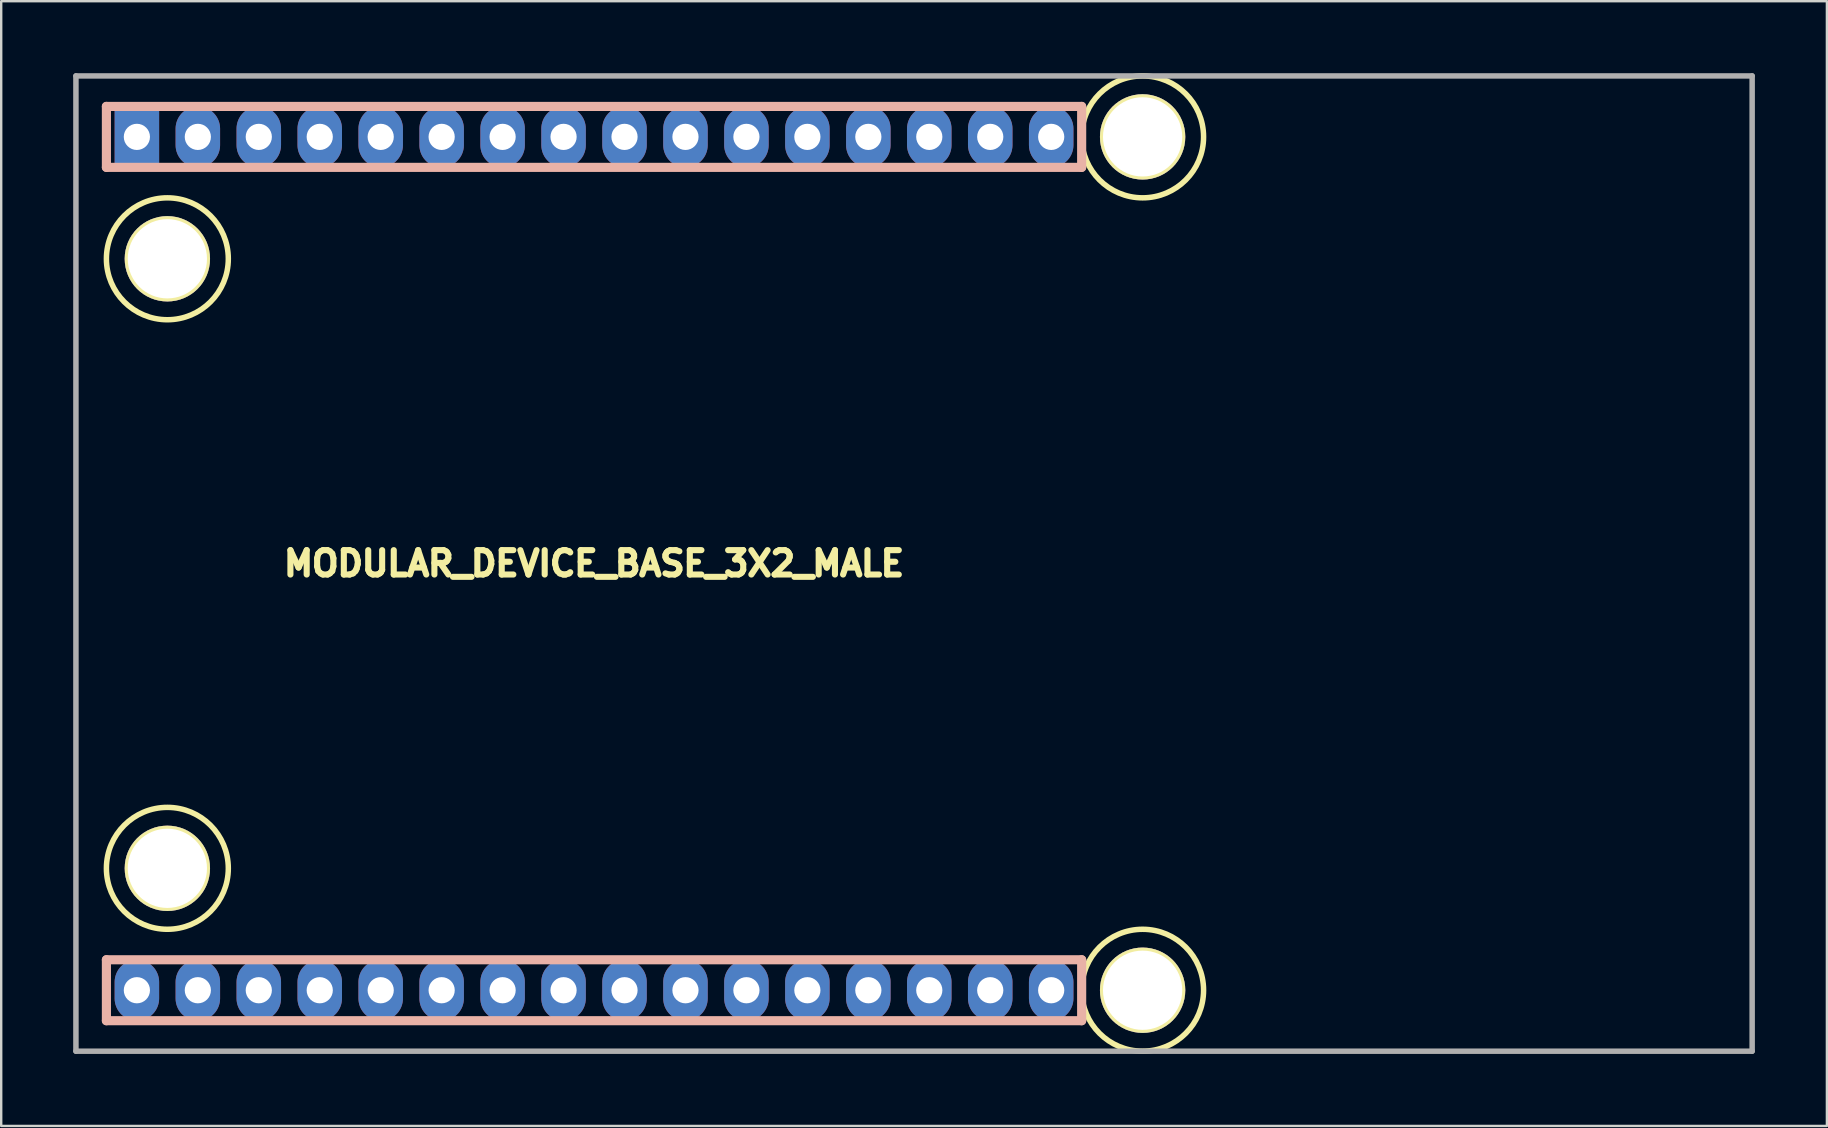
<source format=kicad_pcb>
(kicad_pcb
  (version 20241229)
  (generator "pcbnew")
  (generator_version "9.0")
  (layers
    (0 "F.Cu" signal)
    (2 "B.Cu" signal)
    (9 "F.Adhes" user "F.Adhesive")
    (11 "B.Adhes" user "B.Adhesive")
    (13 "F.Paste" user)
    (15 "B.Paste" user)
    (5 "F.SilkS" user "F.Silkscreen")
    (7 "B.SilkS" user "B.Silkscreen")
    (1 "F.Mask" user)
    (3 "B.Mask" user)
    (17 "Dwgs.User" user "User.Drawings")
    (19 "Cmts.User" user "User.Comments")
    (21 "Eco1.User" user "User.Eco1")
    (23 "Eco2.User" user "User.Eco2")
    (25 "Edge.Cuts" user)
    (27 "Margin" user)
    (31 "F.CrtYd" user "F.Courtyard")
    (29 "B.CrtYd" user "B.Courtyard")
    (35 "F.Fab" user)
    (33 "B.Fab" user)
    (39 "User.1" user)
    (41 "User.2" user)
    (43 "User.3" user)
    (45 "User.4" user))
  (footprint "MODULAR_DEVICE_BASE_3X2_MALE"
    (layer "F.Cu")
    (at 21.704 20.434)
    (property "Reference" "MODULAR_DEVICE_BASE_3X2_MALE" (at 0 0 0) (layer "F.SilkS") (effects (font (size 1.016 1.016) (thickness 0.254))))
    (attr through_hole)
    (fp_circle (center -17.78 -12.7) (end -15.24 -12.7) (stroke (width 0.229) (type solid)) (fill no) (layer "F.SilkS"))
    (fp_circle (center -17.78 12.7) (end -15.24 12.7) (stroke (width 0.229) (type solid)) (fill no) (layer "F.SilkS"))
    (fp_circle (center 22.86 -17.78) (end 25.4 -17.78) (stroke (width 0.229) (type solid)) (fill no) (layer "F.SilkS"))
    (fp_circle (center 22.86 17.78) (end 25.4 17.78) (stroke (width 0.229) (type solid)) (fill no) (layer "F.SilkS"))
    (fp_line (start -20.32 -19.05) (end -20.32 -16.51) (stroke (width 0.381) (type solid)) (layer "B.SilkS"))
    (fp_line (start -20.32 -16.51) (end 20.32 -16.51) (stroke (width 0.381) (type solid)) (layer "B.SilkS"))
    (fp_line (start -20.32 16.51) (end -20.32 19.05) (stroke (width 0.381) (type solid)) (layer "B.SilkS"))
    (fp_line (start -20.32 19.05) (end 20.32 19.05) (stroke (width 0.381) (type solid)) (layer "B.SilkS"))
    (fp_line (start 20.32 -19.05) (end -20.32 -19.05) (stroke (width 0.381) (type solid)) (layer "B.SilkS"))
    (fp_line (start 20.32 -16.51) (end 20.32 -19.05) (stroke (width 0.381) (type solid)) (layer "B.SilkS"))
    (fp_line (start 20.32 16.51) (end -20.32 16.51) (stroke (width 0.381) (type solid)) (layer "B.SilkS"))
    (fp_line (start 20.32 19.05) (end 20.32 16.51) (stroke (width 0.381) (type solid)) (layer "B.SilkS"))
    (fp_line (start -21.59 -20.32) (end -21.59 20.32) (stroke (width 0.229) (type solid)) (layer "F.Fab"))
    (fp_line (start -21.59 20.32) (end 48.26 20.32) (stroke (width 0.229) (type solid)) (layer "F.Fab"))
    (fp_line (start 48.26 -20.32) (end -21.59 -20.32) (stroke (width 0.229) (type solid)) (layer "F.Fab"))
    (fp_line (start 48.26 20.32) (end 48.26 -20.32) (stroke (width 0.229) (type solid)) (layer "F.Fab"))
    (pad "" thru_hole circle (at -17.78 -12.7) (size 3.556 3.556) (drill 3.302) (layers "*.Cu" "*.Mask" "F.SilkS"))
    (pad "" thru_hole circle (at -17.78 12.7) (size 3.556 3.556) (drill 3.302) (layers "*.Cu" "*.Mask" "F.SilkS"))
    (pad "" thru_hole circle (at 22.86 -17.78) (size 3.556 3.556) (drill 3.302) (layers "*.Cu" "*.Mask" "F.SilkS"))
    (pad "" thru_hole circle (at 22.86 17.78) (size 3.556 3.556) (drill 3.302) (layers "*.Cu" "*.Mask" "F.SilkS"))
    (pad "2" thru_hole oval (at -8.89 -17.78) (size 1.854 2.54) (drill 1.092) (layers "*.Cu" "*.Mask"))
    (pad "3" thru_hole oval (at -6.35 -17.78) (size 1.854 2.54) (drill 1.092) (layers "*.Cu" "*.Mask"))
    (pad "3V3" thru_hole oval (at -11.43 17.78) (size 1.854 2.54) (drill 1.092) (layers "*.Cu" "*.Mask"))
    (pad "4" thru_hole oval (at -3.81 -17.78) (size 1.854 2.54) (drill 1.092) (layers "*.Cu" "*.Mask"))
    (pad "5" thru_hole oval (at -1.27 -17.78) (size 1.854 2.54) (drill 1.092) (layers "*.Cu" "*.Mask"))
    (pad "6" thru_hole oval (at 1.27 -17.78) (size 1.854 2.54) (drill 1.092) (layers "*.Cu" "*.Mask"))
    (pad "9" thru_hole oval (at 8.89 -17.78) (size 1.854 2.54) (drill 1.092) (layers "*.Cu" "*.Mask"))
    (pad "10" thru_hole oval (at 11.43 -17.78) (size 1.854 2.54) (drill 1.092) (layers "*.Cu" "*.Mask"))
    (pad "11" thru_hole oval (at 13.97 -17.78) (size 1.854 2.54) (drill 1.092) (layers "*.Cu" "*.Mask"))
    (pad "12" thru_hole oval (at 16.51 -17.78) (size 1.854 2.54) (drill 1.092) (layers "*.Cu" "*.Mask"))
    (pad "13" thru_hole oval (at 16.51 17.78) (size 1.854 2.54) (drill 1.092) (layers "*.Cu" "*.Mask"))
    (pad "14" thru_hole oval (at 13.97 17.78) (size 1.854 2.54) (drill 1.092) (layers "*.Cu" "*.Mask"))
    (pad "15" thru_hole oval (at 11.43 17.78) (size 1.854 2.54) (drill 1.092) (layers "*.Cu" "*.Mask"))
    (pad "16" thru_hole oval (at 8.89 17.78) (size 1.854 2.54) (drill 1.092) (layers "*.Cu" "*.Mask"))
    (pad "17" thru_hole oval (at 6.35 17.78) (size 1.854 2.54) (drill 1.092) (layers "*.Cu" "*.Mask"))
    (pad "18" thru_hole oval (at 3.81 17.78) (size 1.854 2.54) (drill 1.092) (layers "*.Cu" "*.Mask"))
    (pad "19" thru_hole oval (at 1.27 17.78) (size 1.854 2.54) (drill 1.092) (layers "*.Cu" "*.Mask"))
    (pad "20" thru_hole oval (at -1.27 17.78) (size 1.854 2.54) (drill 1.092) (layers "*.Cu" "*.Mask"))
    (pad "21" thru_hole oval (at -3.81 17.78) (size 1.854 2.54) (drill 1.092) (layers "*.Cu" "*.Mask"))
    (pad "22" thru_hole oval (at -6.35 17.78) (size 1.854 2.54) (drill 1.092) (layers "*.Cu" "*.Mask"))
    (pad "23" thru_hole oval (at -8.89 17.78) (size 1.854 2.54) (drill 1.092) (layers "*.Cu" "*.Mask"))
    (pad "24" thru_hole oval (at -13.97 -17.78) (size 1.854 2.54) (drill 1.092) (layers "*.Cu" "*.Mask"))
    (pad "25" thru_hole oval (at -11.43 -17.78) (size 1.854 2.54) (drill 1.092) (layers "*.Cu" "*.Mask"))
    (pad "28" thru_hole oval (at 19.05 -17.78) (size 1.854 2.54) (drill 1.092) (layers "*.Cu" "*.Mask"))
    (pad "29" thru_hole oval (at 6.35 -17.78) (size 1.854 2.54) (drill 1.092) (layers "*.Cu" "*.Mask"))
    (pad "30" thru_hole oval (at 3.81 -17.78) (size 1.854 2.54) (drill 1.092) (layers "*.Cu" "*.Mask"))
    (pad "AGND" thru_hole oval (at -13.97 17.78) (size 1.854 2.54) (drill 1.092) (layers "*.Cu" "*.Mask"))
    (pad "AREF" thru_hole oval (at -19.05 17.78) (size 1.854 2.54) (drill 1.092) (layers "*.Cu" "*.Mask"))
    (pad "DAC" thru_hole oval (at 19.05 17.78) (size 1.854 2.54) (drill 1.092) (layers "*.Cu" "*.Mask"))
    (pad "GND" thru_hole oval (at -16.51 -17.78) (size 1.854 2.54) (drill 1.092) (layers "*.Cu" "*.Mask"))
    (pad "VDD" thru_hole rect (at -19.05 -17.78) (size 1.854 2.54) (drill 1.092) (layers "*.Cu" "*.Mask"))
    (pad "VEE" thru_hole oval (at -16.51 17.78) (size 1.854 2.54) (drill 1.092) (layers "*.Cu" "*.Mask")))
  (gr_rect
    (start -3 -3)
    (end 73.079 43.869)
    (stroke (width 0.1) (type default))
    (fill no)
    (layer "Edge.Cuts")))
</source>
